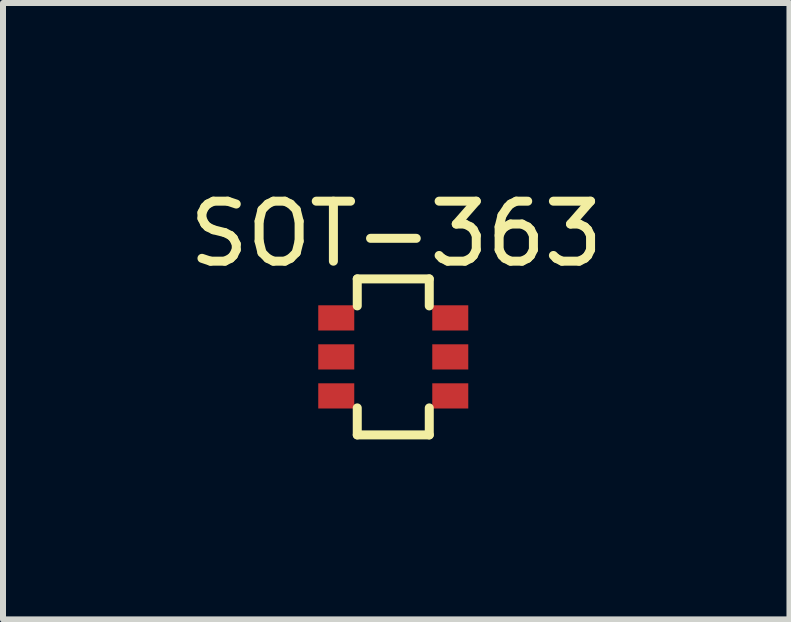
<source format=kicad_pcb>
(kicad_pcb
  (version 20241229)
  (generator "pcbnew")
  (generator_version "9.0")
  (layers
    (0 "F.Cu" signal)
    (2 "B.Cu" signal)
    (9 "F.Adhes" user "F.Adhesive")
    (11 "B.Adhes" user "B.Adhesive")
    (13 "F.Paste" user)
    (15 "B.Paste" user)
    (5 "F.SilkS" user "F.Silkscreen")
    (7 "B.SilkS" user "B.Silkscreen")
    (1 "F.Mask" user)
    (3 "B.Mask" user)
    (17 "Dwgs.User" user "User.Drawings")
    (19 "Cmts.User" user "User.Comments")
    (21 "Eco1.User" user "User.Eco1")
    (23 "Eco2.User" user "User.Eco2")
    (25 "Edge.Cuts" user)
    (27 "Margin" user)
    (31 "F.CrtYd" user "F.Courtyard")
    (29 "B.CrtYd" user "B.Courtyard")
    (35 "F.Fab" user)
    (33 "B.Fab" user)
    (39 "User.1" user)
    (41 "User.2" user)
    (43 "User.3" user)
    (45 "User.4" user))
  (footprint "SOT-363"
    (layer "F.Cu")
    (at 2.554 2.248)
    (property "Reference" "SOT-363" (at 1 -1.4 0) (layer "F.SilkS") (effects (font (size 1 1) (thickness 0.15))))
    (attr through_hole)
    (fp_line (start 0.35 -0.2) (end 0.35 -0.65) (stroke (width 0.15) (type solid)) (layer "F.SilkS"))
    (fp_line (start 0.35 1.5) (end 0.35 1.95) (stroke (width 0.15) (type solid)) (layer "F.SilkS"))
    (fp_line (start 1.55 -0.65) (end 0.35 -0.65) (stroke (width 0.15) (type solid)) (layer "F.SilkS"))
    (fp_line (start 1.55 -0.2) (end 1.55 -0.65) (stroke (width 0.15) (type solid)) (layer "F.SilkS"))
    (fp_line (start 1.55 1.5) (end 1.55 1.95) (stroke (width 0.15) (type solid)) (layer "F.SilkS"))
    (fp_line (start 1.55 1.95) (end 0.35 1.95) (stroke (width 0.15) (type solid)) (layer "F.SilkS"))
    (pad "1" smd rect (at 0 0) (size 0.6 0.42) (layers "F.Cu" "F.Mask" "F.Paste"))
    (pad "2" smd rect (at 0 0.65) (size 0.6 0.42) (layers "F.Cu" "F.Mask" "F.Paste"))
    (pad "3" smd rect (at 0 1.3) (size 0.6 0.42) (layers "F.Cu" "F.Mask" "F.Paste"))
    (pad "4" smd rect (at 1.9 1.3) (size 0.6 0.42) (layers "F.Cu" "F.Mask" "F.Paste"))
    (pad "5" smd rect (at 1.9 0.65) (size 0.6 0.42) (layers "F.Cu" "F.Mask" "F.Paste"))
    (pad "6" smd rect (at 1.9 0) (size 0.6 0.42) (layers "F.Cu" "F.Mask" "F.Paste")))
  (gr_rect
    (start -3 -3)
    (end 10.107 7.273)
    (stroke (width 0.1) (type default))
    (fill no)
    (layer "Edge.Cuts")))
</source>
